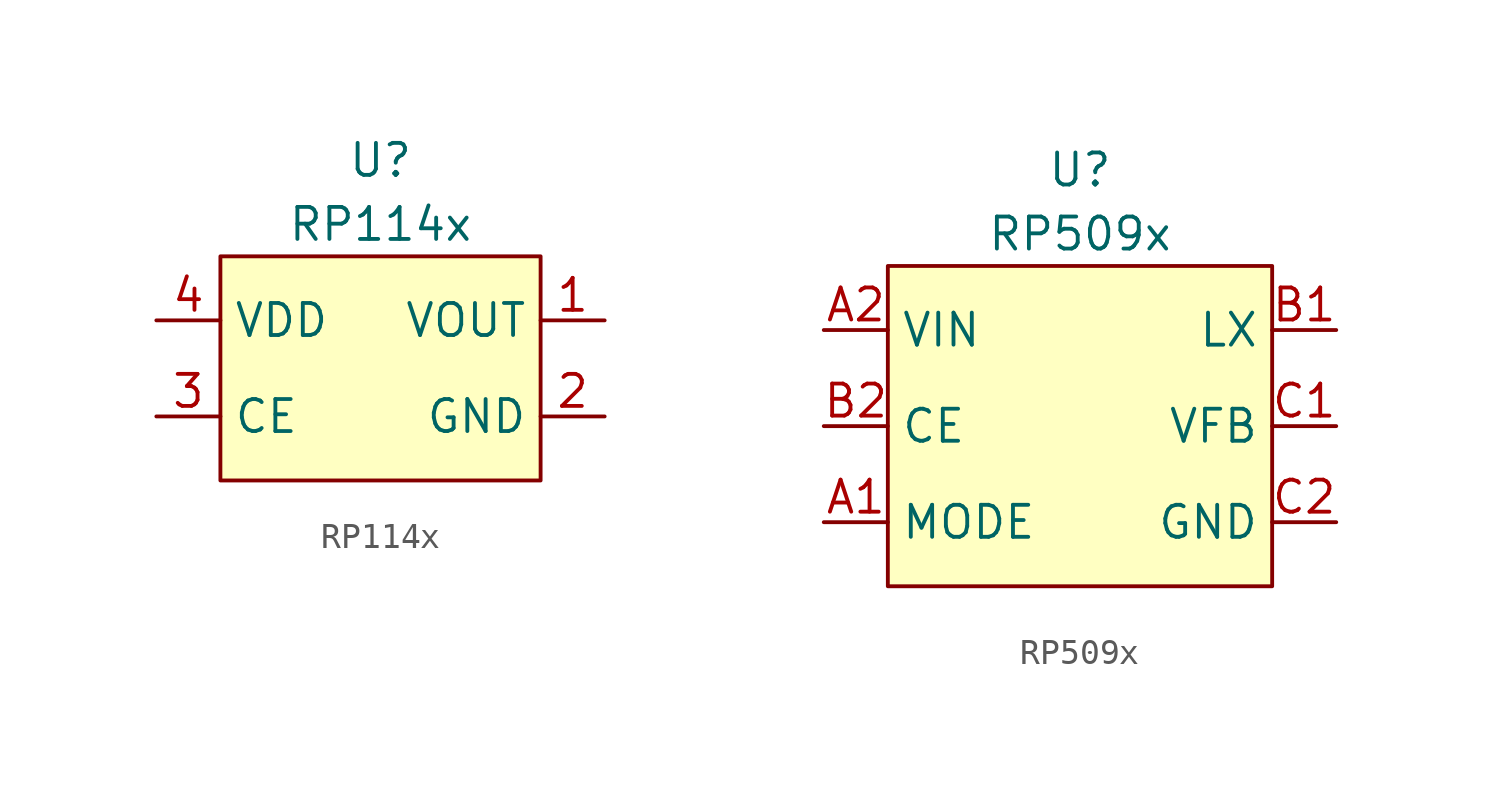
<source format=kicad_sym>
(kicad_symbol_lib
  (version 20241209)
  (generator "kicad_symbol_editor")
  (generator_version "9.0")
  (symbol "RP114x"
    (property "Reference" "U"
      (at 0 3.81 0)
      (effects (font (size 1.27 1.27))))
    (property "Value" "RP114x"
      (at 0 1.27 0)
      (effects (font (size 1.27 1.27))))
    (symbol "RP114x_1_1"
      (rectangle (start -6.35 0) (end 6.35 -8.89) (stroke (width 0) (type solid)) (fill (type background)))
      (pin power_in line (at -8.89 -2.54 0) (length 2.54) (name "VDD" (effects (font (size 1.27 1.27)))) (number "4" (effects (font (size 1.27 1.27)))))
      (pin input line (at -8.89 -6.35 0) (length 2.54) (name "CE" (effects (font (size 1.27 1.27)))) (number "3" (effects (font (size 1.27 1.27)))))
      (pin power_out line (at 8.89 -2.54 180) (length 2.54) (name "VOUT" (effects (font (size 1.27 1.27)))) (number "1" (effects (font (size 1.27 1.27)))))
      (pin passive line (at 8.89 -6.35 180) (length 2.54) (name "GND" (effects (font (size 1.27 1.27)))) (number "2" (effects (font (size 1.27 1.27)))))))
  (symbol "RP509x"
    (property "Reference" "U"
      (at 0 3.81 0)
      (effects (font (size 1.27 1.27))))
    (property "Value" "RP509x"
      (at 0 1.27 0)
      (effects (font (size 1.27 1.27))))
    (symbol "RP509x_1_1"
      (rectangle (start -7.62 0) (end 7.62 -12.7) (stroke (width 0) (type solid)) (fill (type background)))
      (pin power_in line (at -10.16 -2.54 0) (length 2.54) (name "VIN" (effects (font (size 1.27 1.27)))) (number "A2" (effects (font (size 1.27 1.27)))))
      (pin input line (at -10.16 -6.35 0) (length 2.54) (name "CE" (effects (font (size 1.27 1.27)))) (number "B2" (effects (font (size 1.27 1.27)))))
      (pin input line (at -10.16 -10.16 0) (length 2.54) (name "MODE" (effects (font (size 1.27 1.27)))) (number "A1" (effects (font (size 1.27 1.27)))))
      (pin output line (at 10.16 -2.54 180) (length 2.54) (name "LX" (effects (font (size 1.27 1.27)))) (number "B1" (effects (font (size 1.27 1.27)))))
      (pin input line (at 10.16 -6.35 180) (length 2.54) (name "VFB" (effects (font (size 1.27 1.27)))) (number "C1" (effects (font (size 1.27 1.27)))))
      (pin passive line (at 10.16 -10.16 180) (length 2.54) (name "GND" (effects (font (size 1.27 1.27)))) (number "C2" (effects (font (size 1.27 1.27))))))))
</source>
